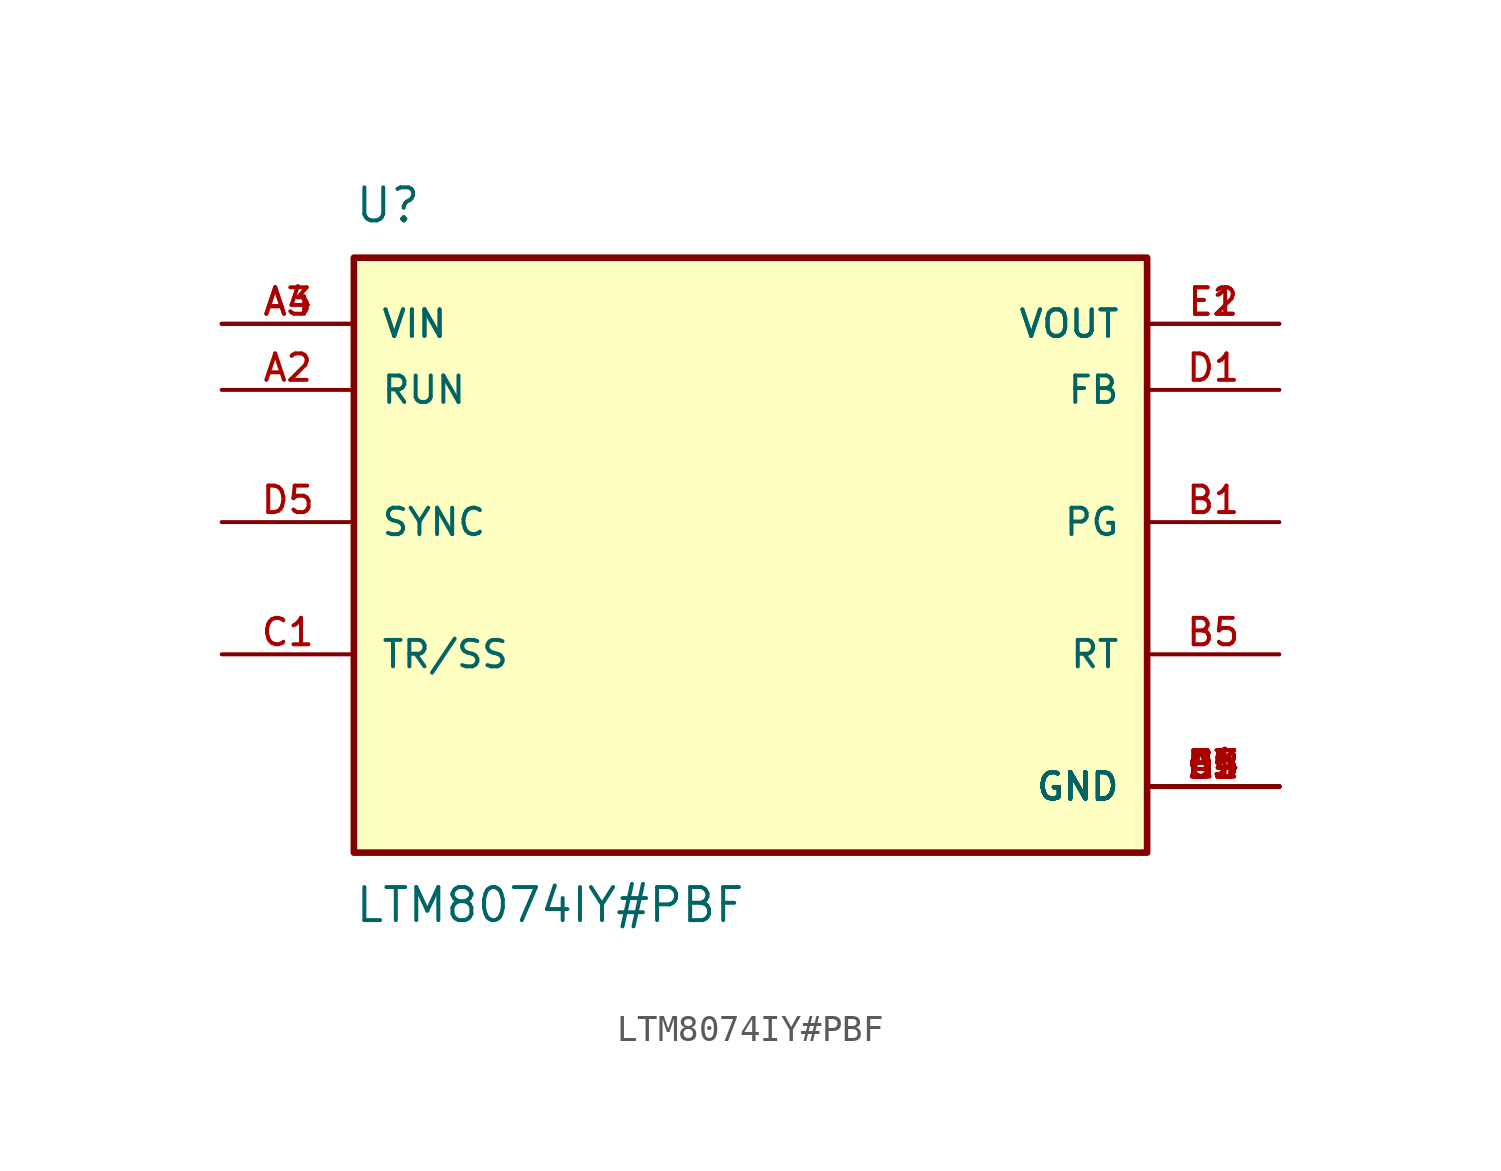
<source format=kicad_sym>
(kicad_symbol_lib
  (version 20211014)
  (generator kicad_symbol_editor)
  (symbol "LTM8074IY#PBF"
    (pin_names
      (offset 1.016))
    (property "Reference" "U"
      (at -15.24 13.97 0)
      (effects (font (size 1.27 1.27)) (justify bottom left)))
    (property "Value" "LTM8074IY#PBF"
      (at -15.24 -11.43 0.0)
      (effects (font (size 1.27 1.27)) (justify top left)))
    (symbol "LTM8074IY#PBF_0_0"
      (rectangle (start -15.24 -10.16) (end 15.24 12.7) (stroke (width 0.254)) (fill (type background)))
      (pin output line (at 20.32 2.54 180.0) (length 5.08) (name "PG" (effects (font (size 1.016 1.016)))) (number "B1" (effects (font (size 1.016 1.016)))))
      (pin input line (at -20.32 2.54 0) (length 5.08) (name "SYNC" (effects (font (size 1.016 1.016)))) (number "D5" (effects (font (size 1.016 1.016)))))
      (pin bidirectional line (at -20.32 -2.54 0) (length 5.08) (name "TR/SS" (effects (font (size 1.016 1.016)))) (number "C1" (effects (font (size 1.016 1.016)))))
      (pin input line (at -20.32 10.16 0) (length 5.08) (name "VIN" (effects (font (size 1.016 1.016)))) (number "A3" (effects (font (size 1.016 1.016)))))
      (pin input line (at -20.32 10.16 0) (length 5.08) (name "VIN" (effects (font (size 1.016 1.016)))) (number "A4" (effects (font (size 1.016 1.016)))))
      (pin output line (at 20.32 10.16 180.0) (length 5.08) (name "VOUT" (effects (font (size 1.016 1.016)))) (number "E1" (effects (font (size 1.016 1.016)))))
      (pin output line (at 20.32 10.16 180.0) (length 5.08) (name "VOUT" (effects (font (size 1.016 1.016)))) (number "E2" (effects (font (size 1.016 1.016)))))
      (pin passive line (at 20.32 -2.54 180.0) (length 5.08) (name "RT" (effects (font (size 1.016 1.016)))) (number "B5" (effects (font (size 1.016 1.016)))))
      (pin power_in line (at 20.32 -7.62 180.0) (length 5.08) (name "GND" (effects (font (size 1.016 1.016)))) (number "A1" (effects (font (size 1.016 1.016)))))
      (pin power_in line (at 20.32 -7.62 180.0) (length 5.08) (name "GND" (effects (font (size 1.016 1.016)))) (number "A5" (effects (font (size 1.016 1.016)))))
      (pin power_in line (at 20.32 -7.62 180.0) (length 5.08) (name "GND" (effects (font (size 1.016 1.016)))) (number "B2" (effects (font (size 1.016 1.016)))))
      (pin power_in line (at 20.32 -7.62 180.0) (length 5.08) (name "GND" (effects (font (size 1.016 1.016)))) (number "B3" (effects (font (size 1.016 1.016)))))
      (pin power_in line (at 20.32 -7.62 180.0) (length 5.08) (name "GND" (effects (font (size 1.016 1.016)))) (number "B4" (effects (font (size 1.016 1.016)))))
      (pin power_in line (at 20.32 -7.62 180.0) (length 5.08) (name "GND" (effects (font (size 1.016 1.016)))) (number "C2" (effects (font (size 1.016 1.016)))))
      (pin power_in line (at 20.32 -7.62 180.0) (length 5.08) (name "GND" (effects (font (size 1.016 1.016)))) (number "C3" (effects (font (size 1.016 1.016)))))
      (pin power_in line (at 20.32 -7.62 180.0) (length 5.08) (name "GND" (effects (font (size 1.016 1.016)))) (number "C4" (effects (font (size 1.016 1.016)))))
      (pin power_in line (at 20.32 -7.62 180.0) (length 5.08) (name "GND" (effects (font (size 1.016 1.016)))) (number "C5" (effects (font (size 1.016 1.016)))))
      (pin power_in line (at 20.32 -7.62 180.0) (length 5.08) (name "GND" (effects (font (size 1.016 1.016)))) (number "D2" (effects (font (size 1.016 1.016)))))
      (pin power_in line (at 20.32 -7.62 180.0) (length 5.08) (name "GND" (effects (font (size 1.016 1.016)))) (number "D3" (effects (font (size 1.016 1.016)))))
      (pin power_in line (at 20.32 -7.62 180.0) (length 5.08) (name "GND" (effects (font (size 1.016 1.016)))) (number "D4" (effects (font (size 1.016 1.016)))))
      (pin power_in line (at 20.32 -7.62 180.0) (length 5.08) (name "GND" (effects (font (size 1.016 1.016)))) (number "E3" (effects (font (size 1.016 1.016)))))
      (pin power_in line (at 20.32 -7.62 180.0) (length 5.08) (name "GND" (effects (font (size 1.016 1.016)))) (number "E4" (effects (font (size 1.016 1.016)))))
      (pin power_in line (at 20.32 -7.62 180.0) (length 5.08) (name "GND" (effects (font (size 1.016 1.016)))) (number "E5" (effects (font (size 1.016 1.016)))))
      (pin input line (at 20.32 7.62 180.0) (length 5.08) (name "FB" (effects (font (size 1.016 1.016)))) (number "D1" (effects (font (size 1.016 1.016)))))
      (pin input line (at -20.32 7.62 0) (length 5.08) (name "RUN" (effects (font (size 1.016 1.016)))) (number "A2" (effects (font (size 1.016 1.016))))))))
</source>
